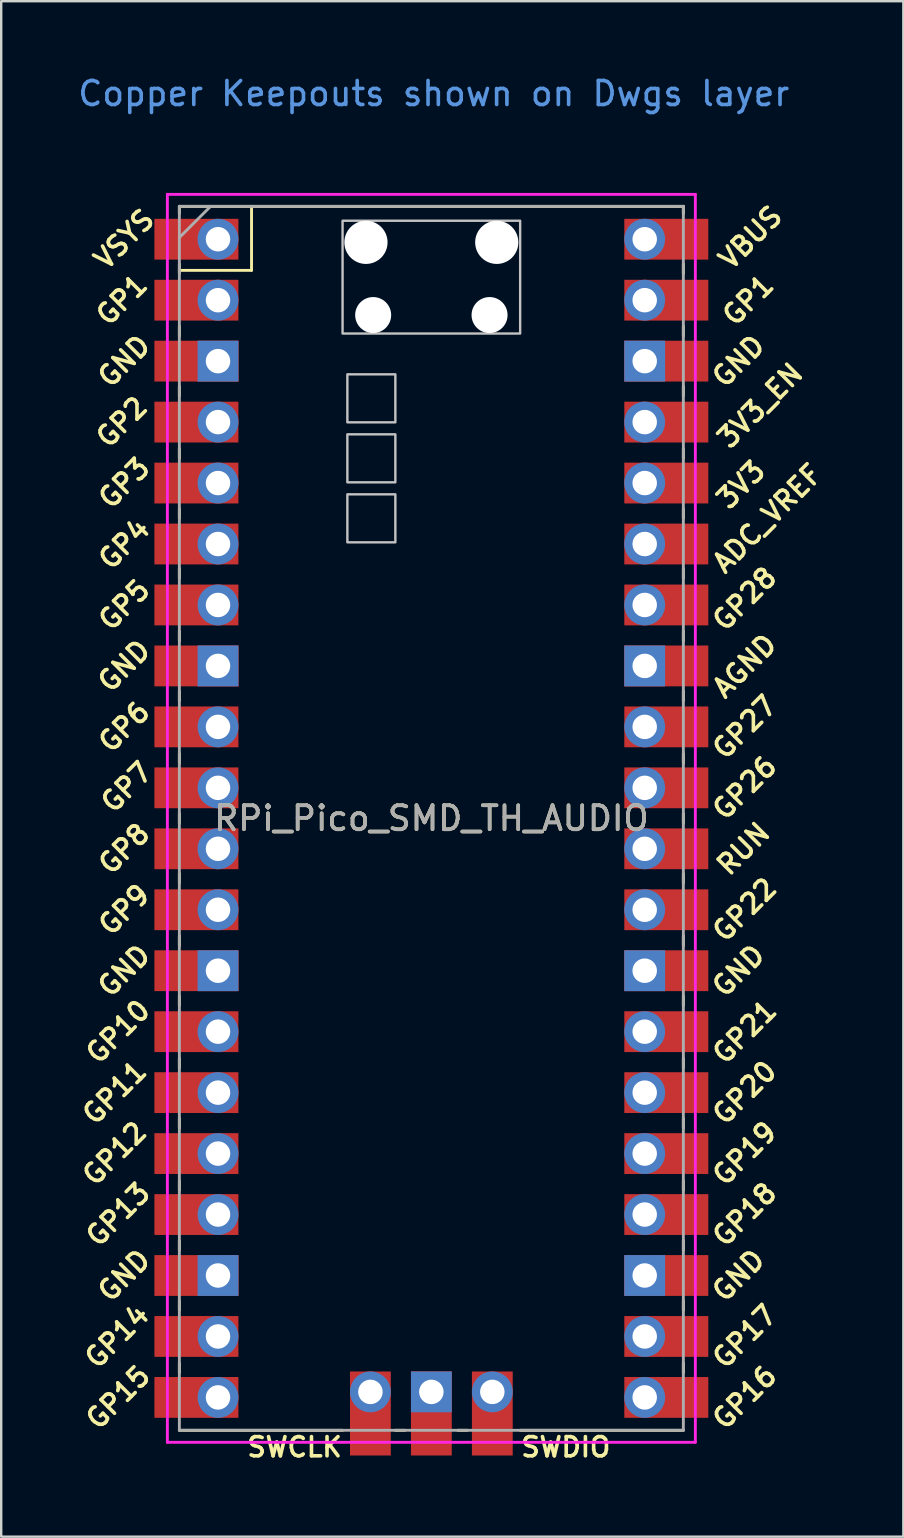
<source format=kicad_pcb>
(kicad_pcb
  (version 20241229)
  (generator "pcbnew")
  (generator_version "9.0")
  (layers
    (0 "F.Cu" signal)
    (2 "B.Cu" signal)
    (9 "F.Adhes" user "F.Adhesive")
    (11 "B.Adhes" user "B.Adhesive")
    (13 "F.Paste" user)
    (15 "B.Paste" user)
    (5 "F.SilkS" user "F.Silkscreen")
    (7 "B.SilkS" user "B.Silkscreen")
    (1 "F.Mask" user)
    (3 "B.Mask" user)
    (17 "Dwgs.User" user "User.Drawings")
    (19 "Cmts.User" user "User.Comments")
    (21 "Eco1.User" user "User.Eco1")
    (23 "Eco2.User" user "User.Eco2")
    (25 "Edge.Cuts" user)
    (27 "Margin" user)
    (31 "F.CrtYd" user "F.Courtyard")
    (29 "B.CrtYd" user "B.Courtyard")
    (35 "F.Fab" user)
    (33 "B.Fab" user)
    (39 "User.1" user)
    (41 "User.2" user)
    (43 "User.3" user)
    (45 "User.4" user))
  (footprint "RPi_Pico_SMD_TH_AUDIO"
    (layer "F.Cu")
    (at 14.924 31.048)
    (property "Reference" "RPi_Pico_SMD_TH_AUDIO" (at 0 0 0) (layer "F.SilkS") (effects (font (size 1 1) (thickness 0.15))))
    (attr through_hole)
    (fp_line (start -10.5 -25.5) (end -10.5 -25.2) (stroke (width 0.12) (type solid)) (layer "F.SilkS"))
    (fp_line (start -10.5 -25.5) (end 10.5 -25.5) (stroke (width 0.12) (type solid)) (layer "F.SilkS"))
    (fp_line (start -10.5 -23.1) (end -10.5 -22.7) (stroke (width 0.12) (type solid)) (layer "F.SilkS"))
    (fp_line (start -10.5 -22.833) (end -7.493 -22.833) (stroke (width 0.12) (type solid)) (layer "F.SilkS"))
    (fp_line (start -10.5 -20.5) (end -10.5 -20.1) (stroke (width 0.12) (type solid)) (layer "F.SilkS"))
    (fp_line (start -10.5 -18) (end -10.5 -17.6) (stroke (width 0.12) (type solid)) (layer "F.SilkS"))
    (fp_line (start -10.5 -15.4) (end -10.5 -15) (stroke (width 0.12) (type solid)) (layer "F.SilkS"))
    (fp_line (start -10.5 -12.9) (end -10.5 -12.5) (stroke (width 0.12) (type solid)) (layer "F.SilkS"))
    (fp_line (start -10.5 -10.4) (end -10.5 -10) (stroke (width 0.12) (type solid)) (layer "F.SilkS"))
    (fp_line (start -10.5 -7.8) (end -10.5 -7.4) (stroke (width 0.12) (type solid)) (layer "F.SilkS"))
    (fp_line (start -10.5 -5.3) (end -10.5 -4.9) (stroke (width 0.12) (type solid)) (layer "F.SilkS"))
    (fp_line (start -10.5 -2.7) (end -10.5 -2.3) (stroke (width 0.12) (type solid)) (layer "F.SilkS"))
    (fp_line (start -10.5 -0.2) (end -10.5 0.2) (stroke (width 0.12) (type solid)) (layer "F.SilkS"))
    (fp_line (start -10.5 2.3) (end -10.5 2.7) (stroke (width 0.12) (type solid)) (layer "F.SilkS"))
    (fp_line (start -10.5 4.9) (end -10.5 5.3) (stroke (width 0.12) (type solid)) (layer "F.SilkS"))
    (fp_line (start -10.5 7.4) (end -10.5 7.8) (stroke (width 0.12) (type solid)) (layer "F.SilkS"))
    (fp_line (start -10.5 10) (end -10.5 10.4) (stroke (width 0.12) (type solid)) (layer "F.SilkS"))
    (fp_line (start -10.5 12.5) (end -10.5 12.9) (stroke (width 0.12) (type solid)) (layer "F.SilkS"))
    (fp_line (start -10.5 15.1) (end -10.5 15.5) (stroke (width 0.12) (type solid)) (layer "F.SilkS"))
    (fp_line (start -10.5 17.6) (end -10.5 18) (stroke (width 0.12) (type solid)) (layer "F.SilkS"))
    (fp_line (start -10.5 20.1) (end -10.5 20.5) (stroke (width 0.12) (type solid)) (layer "F.SilkS"))
    (fp_line (start -10.5 22.7) (end -10.5 23.1) (stroke (width 0.12) (type solid)) (layer "F.SilkS"))
    (fp_line (start -7.493 -22.833) (end -7.493 -25.5) (stroke (width 0.12) (type solid)) (layer "F.SilkS"))
    (fp_line (start -3.7 25.5) (end -10.5 25.5) (stroke (width 0.12) (type solid)) (layer "F.SilkS"))
    (fp_line (start -1.5 25.5) (end -1.1 25.5) (stroke (width 0.12) (type solid)) (layer "F.SilkS"))
    (fp_line (start 1.1 25.5) (end 1.5 25.5) (stroke (width 0.12) (type solid)) (layer "F.SilkS"))
    (fp_line (start 10.5 -25.5) (end 10.5 -25.2) (stroke (width 0.12) (type solid)) (layer "F.SilkS"))
    (fp_line (start 10.5 -23.1) (end 10.5 -22.7) (stroke (width 0.12) (type solid)) (layer "F.SilkS"))
    (fp_line (start 10.5 -20.5) (end 10.5 -20.1) (stroke (width 0.12) (type solid)) (layer "F.SilkS"))
    (fp_line (start 10.5 -18) (end 10.5 -17.6) (stroke (width 0.12) (type solid)) (layer "F.SilkS"))
    (fp_line (start 10.5 -15.4) (end 10.5 -15) (stroke (width 0.12) (type solid)) (layer "F.SilkS"))
    (fp_line (start 10.5 -12.9) (end 10.5 -12.5) (stroke (width 0.12) (type solid)) (layer "F.SilkS"))
    (fp_line (start 10.5 -10.4) (end 10.5 -10) (stroke (width 0.12) (type solid)) (layer "F.SilkS"))
    (fp_line (start 10.5 -7.8) (end 10.5 -7.4) (stroke (width 0.12) (type solid)) (layer "F.SilkS"))
    (fp_line (start 10.5 -5.3) (end 10.5 -4.9) (stroke (width 0.12) (type solid)) (layer "F.SilkS"))
    (fp_line (start 10.5 -2.7) (end 10.5 -2.3) (stroke (width 0.12) (type solid)) (layer "F.SilkS"))
    (fp_line (start 10.5 -0.2) (end 10.5 0.2) (stroke (width 0.12) (type solid)) (layer "F.SilkS"))
    (fp_line (start 10.5 2.3) (end 10.5 2.7) (stroke (width 0.12) (type solid)) (layer "F.SilkS"))
    (fp_line (start 10.5 4.9) (end 10.5 5.3) (stroke (width 0.12) (type solid)) (layer "F.SilkS"))
    (fp_line (start 10.5 7.4) (end 10.5 7.8) (stroke (width 0.12) (type solid)) (layer "F.SilkS"))
    (fp_line (start 10.5 10) (end 10.5 10.4) (stroke (width 0.12) (type solid)) (layer "F.SilkS"))
    (fp_line (start 10.5 12.5) (end 10.5 12.9) (stroke (width 0.12) (type solid)) (layer "F.SilkS"))
    (fp_line (start 10.5 15.1) (end 10.5 15.5) (stroke (width 0.12) (type solid)) (layer "F.SilkS"))
    (fp_line (start 10.5 17.6) (end 10.5 18) (stroke (width 0.12) (type solid)) (layer "F.SilkS"))
    (fp_line (start 10.5 20.1) (end 10.5 20.5) (stroke (width 0.12) (type solid)) (layer "F.SilkS"))
    (fp_line (start 10.5 22.7) (end 10.5 23.1) (stroke (width 0.12) (type solid)) (layer "F.SilkS"))
    (fp_line (start 10.5 25.5) (end 3.7 25.5) (stroke (width 0.12) (type solid)) (layer "F.SilkS"))
    (fp_poly (pts (xy -1.5 -16.5) (xy -3.5 -16.5) (xy -3.5 -18.5) (xy -1.5 -18.5)) (stroke (width 0.1) (type solid)) (fill no) (layer "Dwgs.User"))
    (fp_poly (pts (xy -1.5 -14) (xy -3.5 -14) (xy -3.5 -16) (xy -1.5 -16)) (stroke (width 0.1) (type solid)) (fill no) (layer "Dwgs.User"))
    (fp_poly (pts (xy -1.5 -11.5) (xy -3.5 -11.5) (xy -3.5 -13.5) (xy -1.5 -13.5)) (stroke (width 0.1) (type solid)) (fill no) (layer "Dwgs.User"))
    (fp_poly (pts (xy 3.7 -20.2) (xy -3.7 -20.2) (xy -3.7 -24.9) (xy 3.7 -24.9)) (stroke (width 0.1) (type solid)) (fill no) (layer "Dwgs.User"))
    (fp_line (start -11 -26) (end 11 -26) (stroke (width 0.12) (type solid)) (layer "F.CrtYd"))
    (fp_line (start -11 26) (end -11 -26) (stroke (width 0.12) (type solid)) (layer "F.CrtYd"))
    (fp_line (start 11 -26) (end 11 26) (stroke (width 0.12) (type solid)) (layer "F.CrtYd"))
    (fp_line (start 11 26) (end -11 26) (stroke (width 0.12) (type solid)) (layer "F.CrtYd"))
    (fp_line (start -10.5 -25.5) (end 10.5 -25.5) (stroke (width 0.12) (type solid)) (layer "F.Fab"))
    (fp_line (start -10.5 -24.2) (end -9.2 -25.5) (stroke (width 0.12) (type solid)) (layer "F.Fab"))
    (fp_line (start -10.5 25.5) (end -10.5 -25.5) (stroke (width 0.12) (type solid)) (layer "F.Fab"))
    (fp_line (start 10.5 -25.5) (end 10.5 25.5) (stroke (width 0.12) (type solid)) (layer "F.Fab"))
    (fp_line (start 10.5 25.5) (end -10.5 25.5) (stroke (width 0.12) (type solid)) (layer "F.Fab"))
    (fp_text user "GP20" (at 13.054 11.43 45) (layer "F.SilkS") (effects (font (size 0.8 0.8) (thickness 0.15))))
    (fp_text user "GP26" (at 13.054 -1.27 45) (layer "F.SilkS") (effects (font (size 0.8 0.8) (thickness 0.15))))
    (fp_text user "GP19" (at 13.054 13.97 45) (layer "F.SilkS") (effects (font (size 0.8 0.8) (thickness 0.15))))
    (fp_text user "GP5" (at -12.8 -8.89 45) (layer "F.SilkS") (effects (font (size 0.8 0.8) (thickness 0.15))))
    (fp_text user "3V3_EN" (at 13.7 -17.2 45) (layer "F.SilkS") (effects (font (size 0.8 0.8) (thickness 0.15))))
    (fp_text user "ADC_VREF" (at 14 -12.5 45) (layer "F.SilkS") (effects (font (size 0.8 0.8) (thickness 0.15))))
    (fp_text user "3V3" (at 12.9 -13.9 45) (layer "F.SilkS") (effects (font (size 0.8 0.8) (thickness 0.15))))
    (fp_text user "GP14" (at -13.1 21.59 45) (layer "F.SilkS") (effects (font (size 0.8 0.8) (thickness 0.15))))
    (fp_text user "GND" (at 12.8 19.05 45) (layer "F.SilkS") (effects (font (size 0.8 0.8) (thickness 0.15))))
    (fp_text user "GP17" (at 13.054 21.59 45) (layer "F.SilkS") (effects (font (size 0.8 0.8) (thickness 0.15))))
    (fp_text user "GP12" (at -13.2 13.97 45) (layer "F.SilkS") (effects (font (size 0.8 0.8) (thickness 0.15))))
    (fp_text user "GP2" (at -12.9 -16.51 45) (layer "F.SilkS") (effects (font (size 0.8 0.8) (thickness 0.15))))
    (fp_text user "GP1" (at 13.2 -21.59 45) (layer "F.SilkS") (effects (font (size 0.8 0.8) (thickness 0.15))))
    (fp_text user "GP27" (at 13.054 -3.8 45) (layer "F.SilkS") (effects (font (size 0.8 0.8) (thickness 0.15))))
    (fp_text user "GP6" (at -12.8 -3.81 45) (layer "F.SilkS") (effects (font (size 0.8 0.8) (thickness 0.15))))
    (fp_text user "GP22" (at 13.054 3.81 45) (layer "F.SilkS") (effects (font (size 0.8 0.8) (thickness 0.15))))
    (fp_text user "GND" (at 12.8 6.35 45) (layer "F.SilkS") (effects (font (size 0.8 0.8) (thickness 0.15))))
    (fp_text user "GP16" (at 13.054 24.13 45) (layer "F.SilkS") (effects (font (size 0.8 0.8) (thickness 0.15))))
    (fp_text user "GND" (at -12.8 -6.35 45) (layer "F.SilkS") (effects (font (size 0.8 0.8) (thickness 0.15))))
    (fp_text user "SWDIO" (at 5.6 26.2 0) (layer "F.SilkS") (effects (font (size 0.8 0.8) (thickness 0.15))))
    (fp_text user "GP15" (at -13.054 24.13 45) (layer "F.SilkS") (effects (font (size 0.8 0.8) (thickness 0.15))))
    (fp_text user "VBUS" (at 13.3 -24.2 45) (layer "F.SilkS") (effects (font (size 0.8 0.8) (thickness 0.15))))
    (fp_text user "GP13" (at -13.054 16.51 45) (layer "F.SilkS") (effects (font (size 0.8 0.8) (thickness 0.15))))
    (fp_text user "GND" (at -12.8 19.05 45) (layer "F.SilkS") (effects (font (size 0.8 0.8) (thickness 0.15))))
    (fp_text user "VSYS" (at -12.8 -24.13 45) (layer "F.SilkS") (effects (font (size 0.8 0.8) (thickness 0.15))))
    (fp_text user "RUN" (at 13 1.27 45) (layer "F.SilkS") (effects (font (size 0.8 0.8) (thickness 0.15))))
    (fp_text user "GND" (at 12.8 -19.05 45) (layer "F.SilkS") (effects (font (size 0.8 0.8) (thickness 0.15))))
    (fp_text user "GP28" (at 13.054 -9.144 45) (layer "F.SilkS") (effects (font (size 0.8 0.8) (thickness 0.15))))
    (fp_text user "GP3" (at -12.8 -13.97 45) (layer "F.SilkS") (effects (font (size 0.8 0.8) (thickness 0.15))))
    (fp_text user "GP1" (at -12.9 -21.6 45) (layer "F.SilkS") (effects (font (size 0.8 0.8) (thickness 0.15))))
    (fp_text user "GND" (at -12.8 -19.05 45) (layer "F.SilkS") (effects (font (size 0.8 0.8) (thickness 0.15))))
    (fp_text user "AGND" (at 13.054 -6.35 45) (layer "F.SilkS") (effects (font (size 0.8 0.8) (thickness 0.15))))
    (fp_text user "GP10" (at -13.054 8.89 45) (layer "F.SilkS") (effects (font (size 0.8 0.8) (thickness 0.15))))
    (fp_text user "GND" (at -12.8 6.35 45) (layer "F.SilkS") (effects (font (size 0.8 0.8) (thickness 0.15))))
    (fp_text user "GP8" (at -12.8 1.27 45) (layer "F.SilkS") (effects (font (size 0.8 0.8) (thickness 0.15))))
    (fp_text user "GP11" (at -13.2 11.43 45) (layer "F.SilkS") (effects (font (size 0.8 0.8) (thickness 0.15))))
    (fp_text user "GP21" (at 13.054 8.9 45) (layer "F.SilkS") (effects (font (size 0.8 0.8) (thickness 0.15))))
    (fp_text user "GP9" (at -12.8 3.81 45) (layer "F.SilkS") (effects (font (size 0.8 0.8) (thickness 0.15))))
    (fp_text user "GP18" (at 13.054 16.51 45) (layer "F.SilkS") (effects (font (size 0.8 0.8) (thickness 0.15))))
    (fp_text user "GP7" (at -12.7 -1.3 45) (layer "F.SilkS") (effects (font (size 0.8 0.8) (thickness 0.15))))
    (fp_text user "GP4" (at -12.8 -11.43 45) (layer "F.SilkS") (effects (font (size 0.8 0.8) (thickness 0.15))))
    (fp_text user "SWCLK" (at -5.7 26.2 0) (layer "F.SilkS") (effects (font (size 0.8 0.8) (thickness 0.15))))
    (fp_text user "Copper Keepouts shown on Dwgs layer" (at 0.1 -30.2 0) (layer "Cmts.User") (effects (font (size 1 1) (thickness 0.15))))
    (fp_text user "${REFERENCE}" (at 0 0 180) (layer "F.Fab") (effects (font (size 1 1) (thickness 0.15))))
    (pad "" np_thru_hole oval (at -2.725 -24) (size 1.8 1.8) (drill 1.8) (layers "*.Cu" "*.Mask"))
    (pad "" np_thru_hole oval (at -2.425 -20.97) (size 1.5 1.5) (drill 1.5) (layers "*.Cu" "*.Mask"))
    (pad "" np_thru_hole oval (at 2.425 -20.97) (size 1.5 1.5) (drill 1.5) (layers "*.Cu" "*.Mask"))
    (pad "" np_thru_hole oval (at 2.725 -24) (size 1.8 1.8) (drill 1.8) (layers "*.Cu" "*.Mask"))
    (pad "1" thru_hole oval (at -8.89 -24.13) (size 1.7 1.7) (drill 1.02) (layers "*.Cu" "*.Mask"))
    (pad "1" smd rect (at -8.89 -24.13) (size 3.5 1.7) (drill (offset -0.9 0)) (layers "F.Cu" "F.Mask"))
    (pad "2" thru_hole oval (at -8.89 -21.59) (size 1.7 1.7) (drill 1.02) (layers "*.Cu" "*.Mask"))
    (pad "2" smd rect (at -8.89 -21.59) (size 3.5 1.7) (drill (offset -0.9 0)) (layers "F.Cu" "F.Mask"))
    (pad "3" thru_hole rect (at -8.89 -19.05) (size 1.7 1.7) (drill 1.02) (layers "*.Cu" "*.Mask"))
    (pad "3" smd rect (at -8.89 -19.05) (size 3.5 1.7) (drill (offset -0.9 0)) (layers "F.Cu" "F.Mask"))
    (pad "4" thru_hole oval (at -8.89 -16.51) (size 1.7 1.7) (drill 1.02) (layers "*.Cu" "*.Mask"))
    (pad "4" smd rect (at -8.89 -16.51) (size 3.5 1.7) (drill (offset -0.9 0)) (layers "F.Cu" "F.Mask"))
    (pad "5" thru_hole oval (at -8.89 -13.97) (size 1.7 1.7) (drill 1.02) (layers "*.Cu" "*.Mask"))
    (pad "5" smd rect (at -8.89 -13.97) (size 3.5 1.7) (drill (offset -0.9 0)) (layers "F.Cu" "F.Mask"))
    (pad "6" thru_hole oval (at -8.89 -11.43) (size 1.7 1.7) (drill 1.02) (layers "*.Cu" "*.Mask"))
    (pad "6" smd rect (at -8.89 -11.43) (size 3.5 1.7) (drill (offset -0.9 0)) (layers "F.Cu" "F.Mask"))
    (pad "7" thru_hole oval (at -8.89 -8.89) (size 1.7 1.7) (drill 1.02) (layers "*.Cu" "*.Mask"))
    (pad "7" smd rect (at -8.89 -8.89) (size 3.5 1.7) (drill (offset -0.9 0)) (layers "F.Cu" "F.Mask"))
    (pad "8" thru_hole rect (at -8.89 -6.35) (size 1.7 1.7) (drill 1.02) (layers "*.Cu" "*.Mask"))
    (pad "8" smd rect (at -8.89 -6.35) (size 3.5 1.7) (drill (offset -0.9 0)) (layers "F.Cu" "F.Mask"))
    (pad "9" thru_hole oval (at -8.89 -3.81) (size 1.7 1.7) (drill 1.02) (layers "*.Cu" "*.Mask"))
    (pad "9" smd rect (at -8.89 -3.81) (size 3.5 1.7) (drill (offset -0.9 0)) (layers "F.Cu" "F.Mask"))
    (pad "10" thru_hole oval (at -8.89 -1.27) (size 1.7 1.7) (drill 1.02) (layers "*.Cu" "*.Mask"))
    (pad "10" smd rect (at -8.89 -1.27) (size 3.5 1.7) (drill (offset -0.9 0)) (layers "F.Cu" "F.Mask"))
    (pad "11" thru_hole oval (at -8.89 1.27) (size 1.7 1.7) (drill 1.02) (layers "*.Cu" "*.Mask"))
    (pad "11" smd rect (at -8.89 1.27) (size 3.5 1.7) (drill (offset -0.9 0)) (layers "F.Cu" "F.Mask"))
    (pad "12" thru_hole oval (at -8.89 3.81) (size 1.7 1.7) (drill 1.02) (layers "*.Cu" "*.Mask"))
    (pad "12" smd rect (at -8.89 3.81) (size 3.5 1.7) (drill (offset -0.9 0)) (layers "F.Cu" "F.Mask"))
    (pad "13" thru_hole rect (at -8.89 6.35) (size 1.7 1.7) (drill 1.02) (layers "*.Cu" "*.Mask"))
    (pad "13" smd rect (at -8.89 6.35) (size 3.5 1.7) (drill (offset -0.9 0)) (layers "F.Cu" "F.Mask"))
    (pad "14" thru_hole oval (at -8.89 8.89) (size 1.7 1.7) (drill 1.02) (layers "*.Cu" "*.Mask"))
    (pad "14" smd rect (at -8.89 8.89) (size 3.5 1.7) (drill (offset -0.9 0)) (layers "F.Cu" "F.Mask"))
    (pad "15" thru_hole oval (at -8.89 11.43) (size 1.7 1.7) (drill 1.02) (layers "*.Cu" "*.Mask"))
    (pad "15" smd rect (at -8.89 11.43) (size 3.5 1.7) (drill (offset -0.9 0)) (layers "F.Cu" "F.Mask"))
    (pad "16" thru_hole oval (at -8.89 13.97) (size 1.7 1.7) (drill 1.02) (layers "*.Cu" "*.Mask"))
    (pad "16" smd rect (at -8.89 13.97) (size 3.5 1.7) (drill (offset -0.9 0)) (layers "F.Cu" "F.Mask"))
    (pad "17" thru_hole oval (at -8.89 16.51) (size 1.7 1.7) (drill 1.02) (layers "*.Cu" "*.Mask"))
    (pad "17" smd rect (at -8.89 16.51) (size 3.5 1.7) (drill (offset -0.9 0)) (layers "F.Cu" "F.Mask"))
    (pad "18" thru_hole rect (at -8.89 19.05) (size 1.7 1.7) (drill 1.02) (layers "*.Cu" "*.Mask"))
    (pad "18" smd rect (at -8.89 19.05) (size 3.5 1.7) (drill (offset -0.9 0)) (layers "F.Cu" "F.Mask"))
    (pad "19" thru_hole oval (at -8.89 21.59) (size 1.7 1.7) (drill 1.02) (layers "*.Cu" "*.Mask"))
    (pad "19" smd rect (at -8.89 21.59) (size 3.5 1.7) (drill (offset -0.9 0)) (layers "F.Cu" "F.Mask"))
    (pad "20" thru_hole oval (at -8.89 24.13) (size 1.7 1.7) (drill 1.02) (layers "*.Cu" "*.Mask"))
    (pad "20" smd rect (at -8.89 24.13) (size 3.5 1.7) (drill (offset -0.9 0)) (layers "F.Cu" "F.Mask"))
    (pad "21" thru_hole oval (at 8.89 24.13) (size 1.7 1.7) (drill 1.02) (layers "*.Cu" "*.Mask"))
    (pad "21" smd rect (at 8.89 24.13) (size 3.5 1.7) (drill (offset 0.9 0)) (layers "F.Cu" "F.Mask"))
    (pad "22" thru_hole oval (at 8.89 21.59) (size 1.7 1.7) (drill 1.02) (layers "*.Cu" "*.Mask"))
    (pad "22" smd rect (at 8.89 21.59) (size 3.5 1.7) (drill (offset 0.9 0)) (layers "F.Cu" "F.Mask"))
    (pad "23" thru_hole rect (at 8.89 19.05) (size 1.7 1.7) (drill 1.02) (layers "*.Cu" "*.Mask"))
    (pad "23" smd rect (at 8.89 19.05) (size 3.5 1.7) (drill (offset 0.9 0)) (layers "F.Cu" "F.Mask"))
    (pad "24" thru_hole oval (at 8.89 16.51) (size 1.7 1.7) (drill 1.02) (layers "*.Cu" "*.Mask"))
    (pad "24" smd rect (at 8.89 16.51) (size 3.5 1.7) (drill (offset 0.9 0)) (layers "F.Cu" "F.Mask"))
    (pad "25" thru_hole oval (at 8.89 13.97) (size 1.7 1.7) (drill 1.02) (layers "*.Cu" "*.Mask"))
    (pad "25" smd rect (at 8.89 13.97) (size 3.5 1.7) (drill (offset 0.9 0)) (layers "F.Cu" "F.Mask"))
    (pad "26" thru_hole oval (at 8.89 11.43) (size 1.7 1.7) (drill 1.02) (layers "*.Cu" "*.Mask"))
    (pad "26" smd rect (at 8.89 11.43) (size 3.5 1.7) (drill (offset 0.9 0)) (layers "F.Cu" "F.Mask"))
    (pad "27" thru_hole oval (at 8.89 8.89) (size 1.7 1.7) (drill 1.02) (layers "*.Cu" "*.Mask"))
    (pad "27" smd rect (at 8.89 8.89) (size 3.5 1.7) (drill (offset 0.9 0)) (layers "F.Cu" "F.Mask"))
    (pad "28" thru_hole rect (at 8.89 6.35) (size 1.7 1.7) (drill 1.02) (layers "*.Cu" "*.Mask"))
    (pad "28" smd rect (at 8.89 6.35) (size 3.5 1.7) (drill (offset 0.9 0)) (layers "F.Cu" "F.Mask"))
    (pad "29" thru_hole oval (at 8.89 3.81) (size 1.7 1.7) (drill 1.02) (layers "*.Cu" "*.Mask"))
    (pad "29" smd rect (at 8.89 3.81) (size 3.5 1.7) (drill (offset 0.9 0)) (layers "F.Cu" "F.Mask"))
    (pad "30" thru_hole oval (at 8.89 1.27) (size 1.7 1.7) (drill 1.02) (layers "*.Cu" "*.Mask"))
    (pad "30" smd rect (at 8.89 1.27) (size 3.5 1.7) (drill (offset 0.9 0)) (layers "F.Cu" "F.Mask"))
    (pad "31" thru_hole oval (at 8.89 -1.27) (size 1.7 1.7) (drill 1.02) (layers "*.Cu" "*.Mask"))
    (pad "31" smd rect (at 8.89 -1.27) (size 3.5 1.7) (drill (offset 0.9 0)) (layers "F.Cu" "F.Mask"))
    (pad "32" thru_hole oval (at 8.89 -3.81) (size 1.7 1.7) (drill 1.02) (layers "*.Cu" "*.Mask"))
    (pad "32" smd rect (at 8.89 -3.81) (size 3.5 1.7) (drill (offset 0.9 0)) (layers "F.Cu" "F.Mask"))
    (pad "33" thru_hole rect (at 8.89 -6.35) (size 1.7 1.7) (drill 1.02) (layers "*.Cu" "*.Mask"))
    (pad "33" smd rect (at 8.89 -6.35) (size 3.5 1.7) (drill (offset 0.9 0)) (layers "F.Cu" "F.Mask"))
    (pad "34" thru_hole oval (at 8.89 -8.89) (size 1.7 1.7) (drill 1.02) (layers "*.Cu" "*.Mask"))
    (pad "34" smd rect (at 8.89 -8.89) (size 3.5 1.7) (drill (offset 0.9 0)) (layers "F.Cu" "F.Mask"))
    (pad "35" thru_hole oval (at 8.89 -11.43) (size 1.7 1.7) (drill 1.02) (layers "*.Cu" "*.Mask"))
    (pad "35" smd rect (at 8.89 -11.43) (size 3.5 1.7) (drill (offset 0.9 0)) (layers "F.Cu" "F.Mask"))
    (pad "36" thru_hole oval (at 8.89 -13.97) (size 1.7 1.7) (drill 1.02) (layers "*.Cu" "*.Mask"))
    (pad "36" smd rect (at 8.89 -13.97) (size 3.5 1.7) (drill (offset 0.9 0)) (layers "F.Cu" "F.Mask"))
    (pad "37" thru_hole oval (at 8.89 -16.51) (size 1.7 1.7) (drill 1.02) (layers "*.Cu" "*.Mask"))
    (pad "37" smd rect (at 8.89 -16.51) (size 3.5 1.7) (drill (offset 0.9 0)) (layers "F.Cu" "F.Mask"))
    (pad "38" thru_hole rect (at 8.89 -19.05) (size 1.7 1.7) (drill 1.02) (layers "*.Cu" "*.Mask"))
    (pad "38" smd rect (at 8.89 -19.05) (size 3.5 1.7) (drill (offset 0.9 0)) (layers "F.Cu" "F.Mask"))
    (pad "39" thru_hole oval (at 8.89 -21.59) (size 1.7 1.7) (drill 1.02) (layers "*.Cu" "*.Mask"))
    (pad "39" smd rect (at 8.89 -21.59) (size 3.5 1.7) (drill (offset 0.9 0)) (layers "F.Cu" "F.Mask"))
    (pad "40" thru_hole oval (at 8.89 -24.13) (size 1.7 1.7) (drill 1.02) (layers "*.Cu" "*.Mask"))
    (pad "40" smd rect (at 8.89 -24.13) (size 3.5 1.7) (drill (offset 0.9 0)) (layers "F.Cu" "F.Mask"))
    (pad "41" thru_hole oval (at -2.54 23.9) (size 1.7 1.7) (drill 1.02) (layers "*.Cu" "*.Mask"))
    (pad "41" smd rect (at -2.54 23.9 90) (size 3.5 1.7) (drill (offset -0.9 0)) (layers "F.Cu" "F.Mask"))
    (pad "42" thru_hole rect (at 0 23.9) (size 1.7 1.7) (drill 1.02) (layers "*.Cu" "*.Mask"))
    (pad "42" smd rect (at 0 23.9 90) (size 3.5 1.7) (drill (offset -0.9 0)) (layers "F.Cu" "F.Mask"))
    (pad "43" thru_hole oval (at 2.54 23.9) (size 1.7 1.7) (drill 1.02) (layers "*.Cu" "*.Mask"))
    (pad "43" smd rect (at 2.54 23.9 90) (size 3.5 1.7) (drill (offset -0.9 0)) (layers "F.Cu" "F.Mask")))
  (gr_rect
    (start -3 -3)
    (end 34.591 60.98)
    (stroke (width 0.1) (type default))
    (fill no)
    (layer "Edge.Cuts")))
</source>
